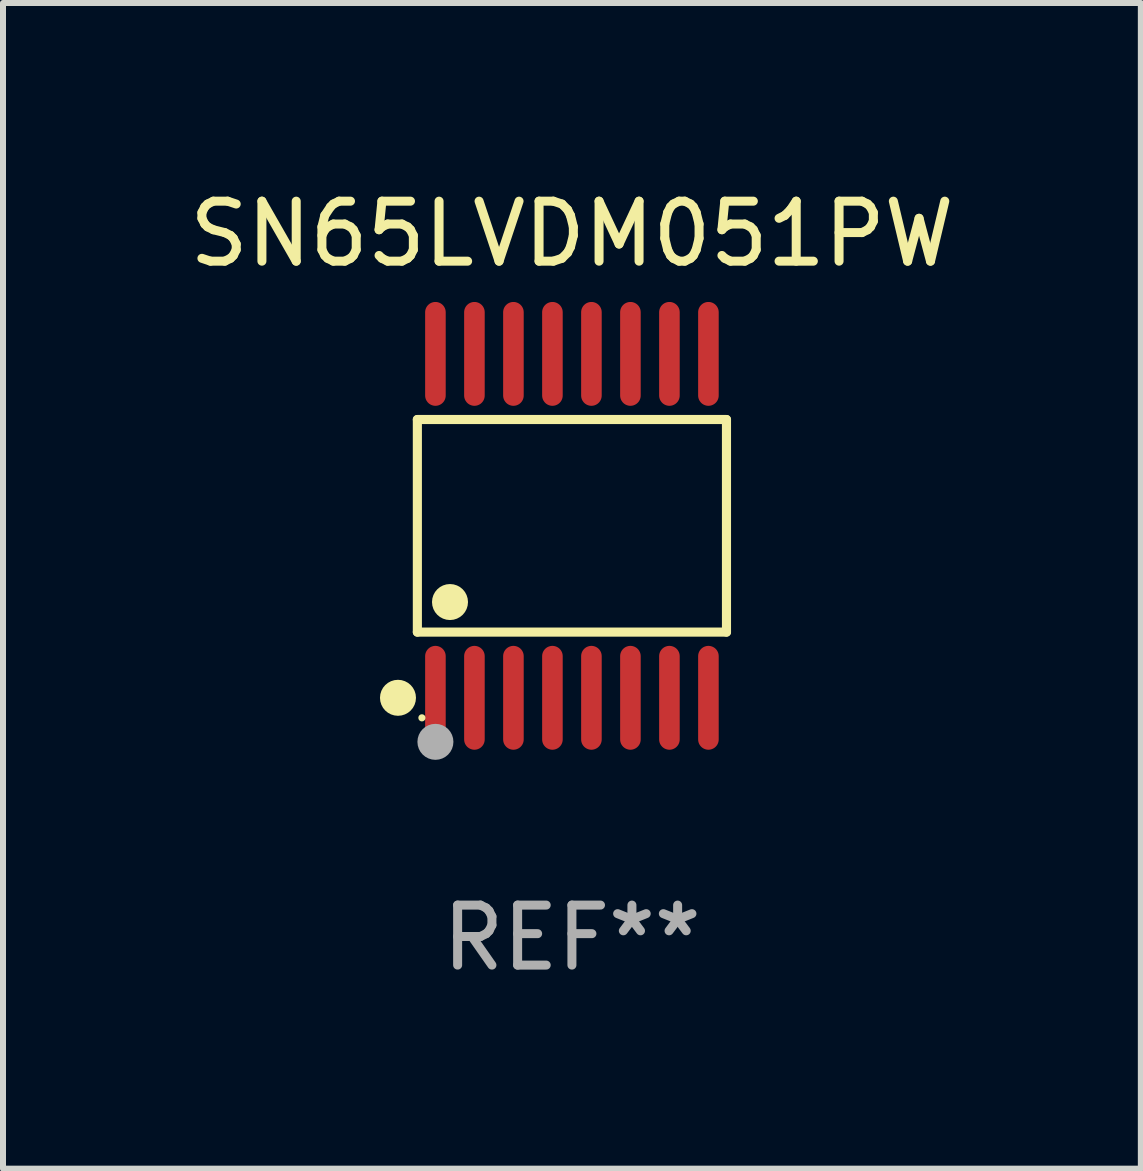
<source format=kicad_pcb>
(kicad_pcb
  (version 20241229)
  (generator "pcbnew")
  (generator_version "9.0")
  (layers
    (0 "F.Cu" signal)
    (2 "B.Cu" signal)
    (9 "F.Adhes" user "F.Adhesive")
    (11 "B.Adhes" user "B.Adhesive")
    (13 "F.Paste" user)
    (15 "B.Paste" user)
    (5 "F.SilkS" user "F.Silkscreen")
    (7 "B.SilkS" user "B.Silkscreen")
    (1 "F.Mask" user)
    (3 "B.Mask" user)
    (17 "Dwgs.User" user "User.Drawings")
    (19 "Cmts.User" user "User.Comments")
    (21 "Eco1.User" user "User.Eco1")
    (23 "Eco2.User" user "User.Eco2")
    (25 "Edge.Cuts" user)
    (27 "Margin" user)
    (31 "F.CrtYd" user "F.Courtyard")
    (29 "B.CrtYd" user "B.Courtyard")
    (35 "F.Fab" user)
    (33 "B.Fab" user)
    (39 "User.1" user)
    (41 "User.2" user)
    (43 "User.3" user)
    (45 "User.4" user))
  (footprint "SN65LVDM051PW"
    (layer "F.Cu")
    (at 6.482 5.714)
    (property "Reference" "SN65LVDM051PW" (at 0 -4.866 0) (layer "F.SilkS") (effects (font (size 1 1) (thickness 0.15))))
    (attr through_hole)
    (fp_line (start -2.576 -1.772) (end 2.576 -1.772) (stroke (width 0.152) (type solid)) (layer "F.SilkS"))
    (fp_line (start -2.576 1.771) (end -2.576 -1.772) (stroke (width 0.152) (type solid)) (layer "F.SilkS"))
    (fp_line (start 2.576 -1.772) (end 2.576 1.771) (stroke (width 0.152) (type solid)) (layer "F.SilkS"))
    (fp_line (start 2.576 1.771) (end -2.576 1.771) (stroke (width 0.152) (type solid)) (layer "F.SilkS"))
    (fp_circle (center -2.899 2.866) (end -2.749 2.866) (stroke (width 0.3) (type solid)) (fill no) (layer "F.SilkS"))
    (fp_circle (center -2.5 3.2) (end -2.47 3.2) (stroke (width 0.06) (type solid)) (fill no) (layer "F.SilkS"))
    (fp_circle (center -2.032 1.27) (end -1.882 1.27) (stroke (width 0.3) (type solid)) (fill no) (layer "F.SilkS"))
    (fp_circle (center -2.275 3.6) (end -2.125 3.6) (stroke (width 0.3) (type solid)) (fill no) (layer "F.Fab"))
    (fp_text user "REF**" (at 0 6.866 0) (layer "F.Fab") (effects (font (size 1 1) (thickness 0.15))))
    (pad "1" smd oval (at -2.275 2.866) (size 0.343 1.731) (layers "F.Cu" "F.Mask" "F.Paste"))
    (pad "2" smd oval (at -1.625 2.866) (size 0.343 1.731) (layers "F.Cu" "F.Mask" "F.Paste"))
    (pad "3" smd oval (at -0.975 2.866) (size 0.343 1.731) (layers "F.Cu" "F.Mask" "F.Paste"))
    (pad "4" smd oval (at -0.325 2.866) (size 0.343 1.731) (layers "F.Cu" "F.Mask" "F.Paste"))
    (pad "5" smd oval (at 0.325 2.866) (size 0.343 1.731) (layers "F.Cu" "F.Mask" "F.Paste"))
    (pad "6" smd oval (at 0.975 2.866) (size 0.343 1.731) (layers "F.Cu" "F.Mask" "F.Paste"))
    (pad "7" smd oval (at 1.625 2.866) (size 0.343 1.731) (layers "F.Cu" "F.Mask" "F.Paste"))
    (pad "8" smd oval (at 2.275 2.866) (size 0.343 1.731) (layers "F.Cu" "F.Mask" "F.Paste"))
    (pad "9" smd oval (at 2.275 -2.866) (size 0.343 1.731) (layers "F.Cu" "F.Mask" "F.Paste"))
    (pad "10" smd oval (at 1.625 -2.866) (size 0.343 1.731) (layers "F.Cu" "F.Mask" "F.Paste"))
    (pad "11" smd oval (at 0.975 -2.866) (size 0.343 1.731) (layers "F.Cu" "F.Mask" "F.Paste"))
    (pad "12" smd oval (at 0.325 -2.866) (size 0.343 1.731) (layers "F.Cu" "F.Mask" "F.Paste"))
    (pad "13" smd oval (at -0.325 -2.866) (size 0.343 1.731) (layers "F.Cu" "F.Mask" "F.Paste"))
    (pad "14" smd oval (at -0.975 -2.866) (size 0.343 1.731) (layers "F.Cu" "F.Mask" "F.Paste"))
    (pad "15" smd oval (at -1.625 -2.866) (size 0.343 1.731) (layers "F.Cu" "F.Mask" "F.Paste"))
    (pad "16" smd oval (at -2.275 -2.866) (size 0.343 1.731) (layers "F.Cu" "F.Mask" "F.Paste")))
  (gr_rect
    (start -3 -3)
    (end 15.964 16.428)
    (stroke (width 0.1) (type default))
    (fill no)
    (layer "Edge.Cuts")))
</source>
